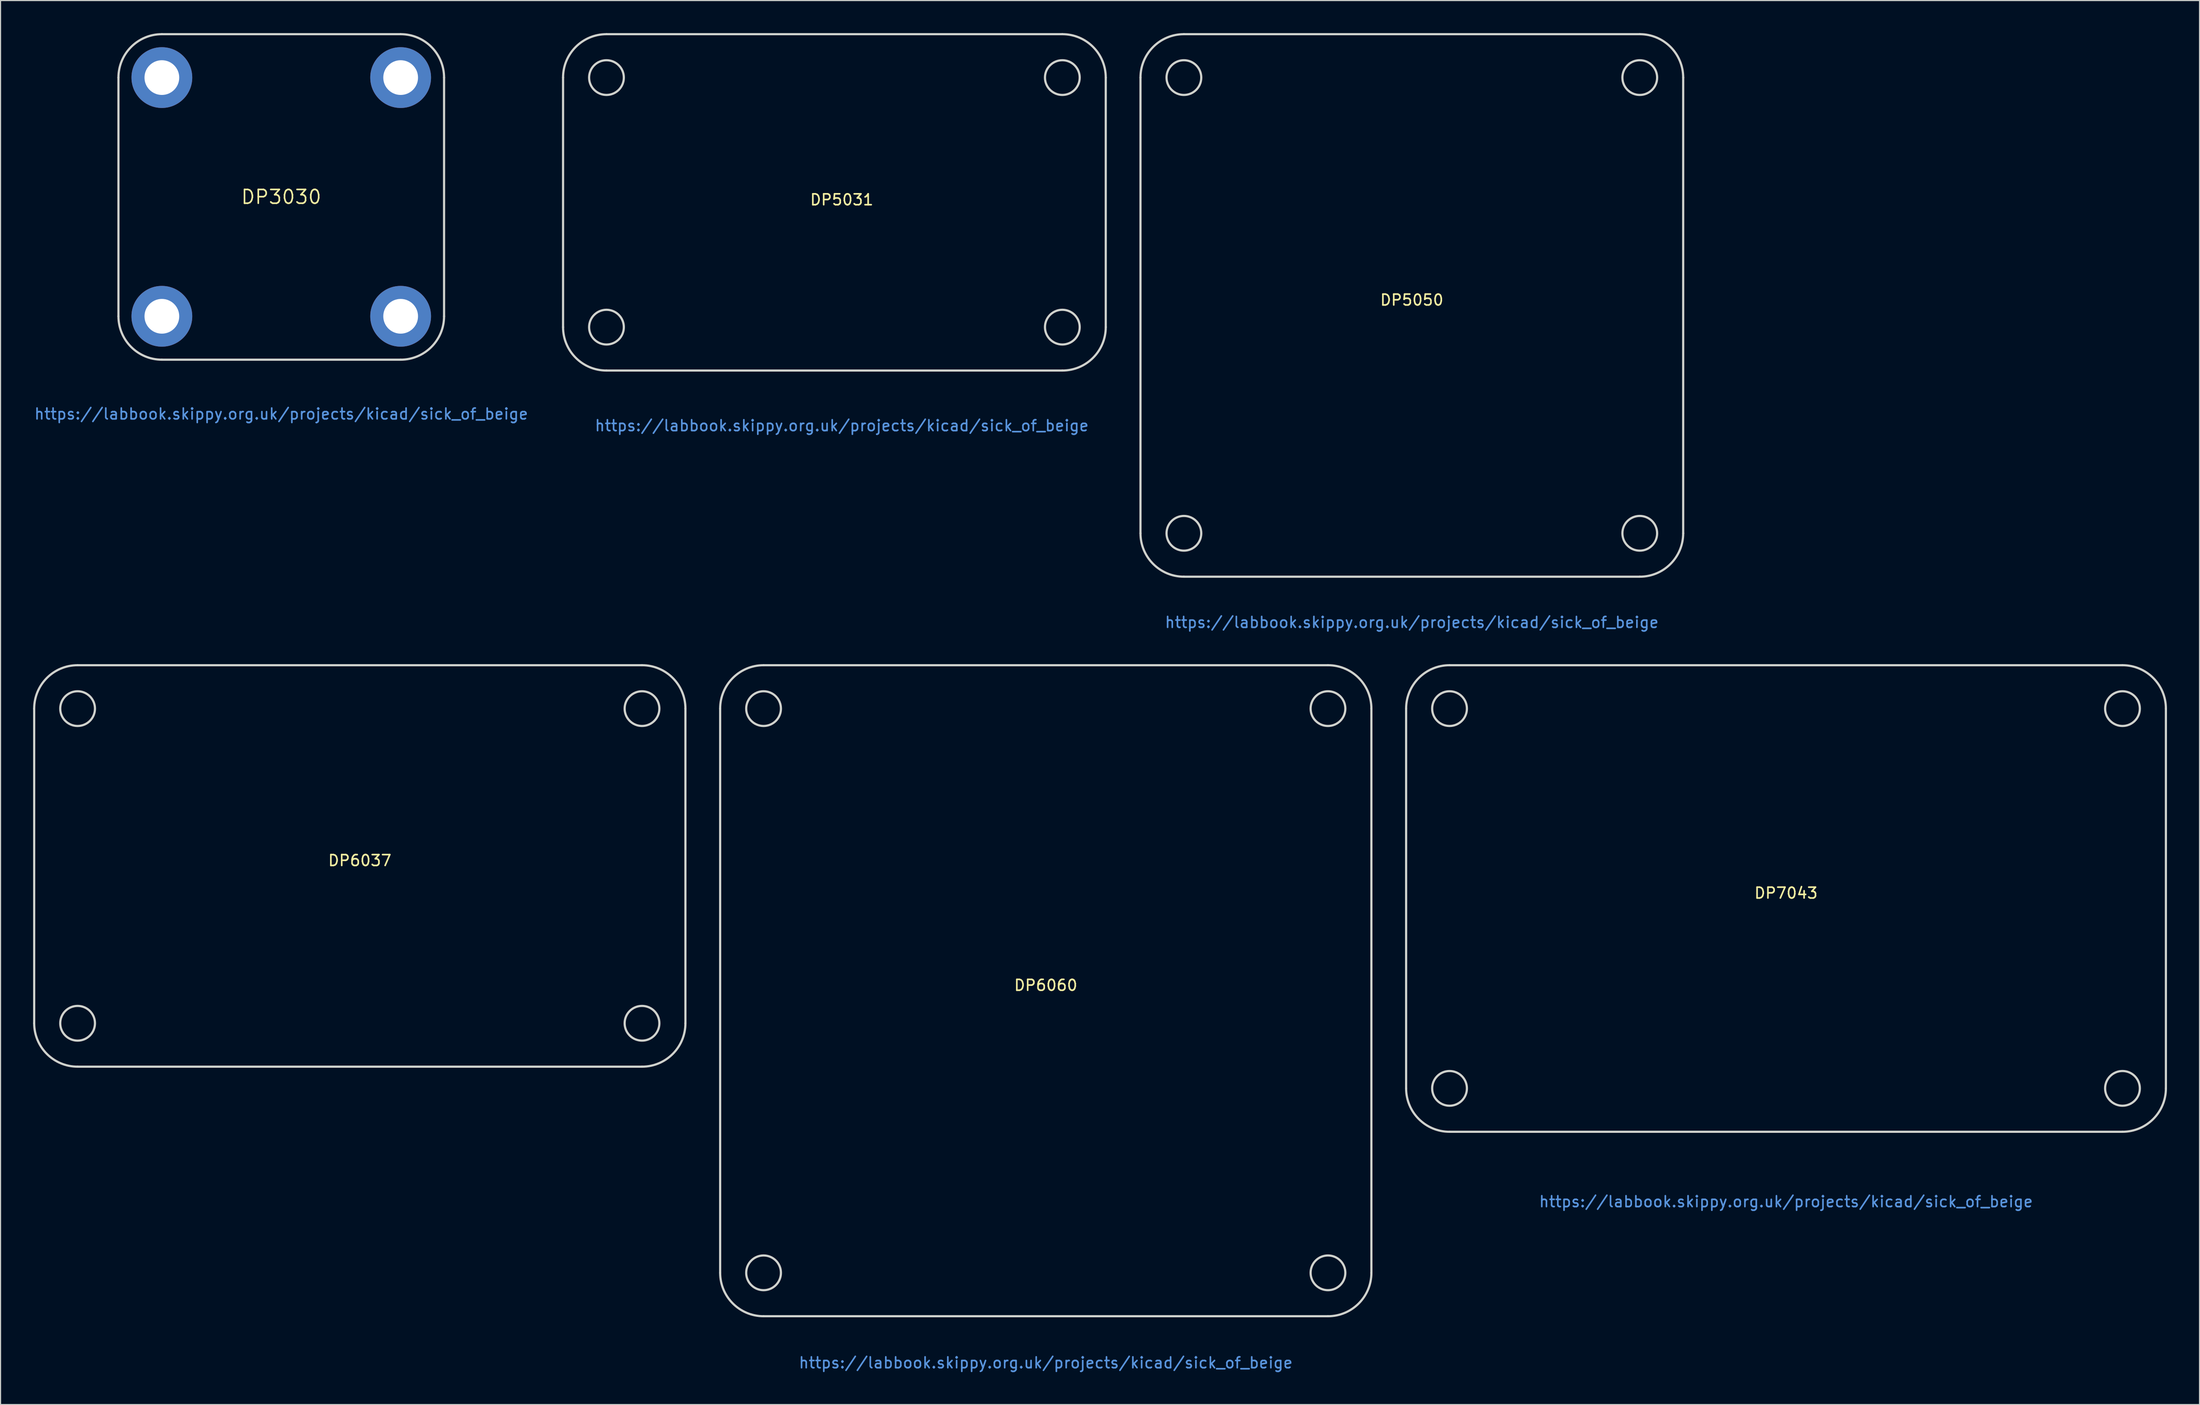
<source format=kicad_pcb>
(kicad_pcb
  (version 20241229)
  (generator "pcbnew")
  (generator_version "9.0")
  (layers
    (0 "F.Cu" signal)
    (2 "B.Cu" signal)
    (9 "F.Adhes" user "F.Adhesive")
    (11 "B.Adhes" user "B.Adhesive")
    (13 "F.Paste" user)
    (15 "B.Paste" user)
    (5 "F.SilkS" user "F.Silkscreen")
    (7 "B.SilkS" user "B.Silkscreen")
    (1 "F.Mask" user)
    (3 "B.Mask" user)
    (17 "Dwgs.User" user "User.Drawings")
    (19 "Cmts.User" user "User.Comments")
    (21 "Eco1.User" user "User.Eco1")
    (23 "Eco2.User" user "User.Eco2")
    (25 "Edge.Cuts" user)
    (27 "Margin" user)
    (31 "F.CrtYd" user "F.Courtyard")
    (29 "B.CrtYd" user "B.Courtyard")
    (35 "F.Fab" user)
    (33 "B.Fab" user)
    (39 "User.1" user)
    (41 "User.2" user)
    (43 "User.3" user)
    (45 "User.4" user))
  (footprint "DP3030"
    (layer "F.Cu")
    (at 22.863 15.1)
    (property "Reference" "DP3030" (at 0 0 0) (layer "F.SilkS") (effects (font (size 1.27 1.27) (thickness 0.15))))
    (fp_line (start -15 11) (end -15 -11) (stroke (width 0.2) (type solid)) (layer "Edge.Cuts"))
    (fp_line (start -11 -15) (end 11 -15) (stroke (width 0.2) (type solid)) (layer "Edge.Cuts"))
    (fp_line (start 11 15) (end -11 15) (stroke (width 0.2) (type solid)) (layer "Edge.Cuts"))
    (fp_line (start 15 -11) (end 15 11) (stroke (width 0.2) (type solid)) (layer "Edge.Cuts"))
    (fp_arc (start -15 -11) (mid -13.828427 -13.828427) (end -11 -15) (stroke (width 0.2) (type solid)) (layer "Edge.Cuts"))
    (fp_arc (start -11 15) (mid -13.828427 13.828427) (end -15 11) (stroke (width 0.2) (type solid)) (layer "Edge.Cuts"))
    (fp_arc (start 11 -15) (mid 13.828427 -13.828427) (end 15 -11) (stroke (width 0.2) (type solid)) (layer "Edge.Cuts"))
    (fp_arc (start 15 11) (mid 13.828427 13.828427) (end 11 15) (stroke (width 0.2) (type solid)) (layer "Edge.Cuts"))
    (fp_circle (center -11 -11) (end -11 -11) (stroke (width 0.05) (type solid)) (fill no) (layer "F.CrtYd"))
    (fp_circle (center -11 11) (end -11 11) (stroke (width 0.05) (type solid)) (fill no) (layer "F.CrtYd"))
    (fp_circle (center 11 -11) (end 11 -11) (stroke (width 0.05) (type solid)) (fill no) (layer "F.CrtYd"))
    (fp_circle (center 11 11) (end 11 11) (stroke (width 0.05) (type solid)) (fill no) (layer "F.CrtYd"))
    (fp_text user "https://labbook.skippy.org.uk/projects/kicad/sick_of_beige" (at 0 20 0) (unlocked yes) (layer "Cmts.User") (effects (font (size 1 1) (thickness 0.15))))
    (pad "1" thru_hole circle (at -11 -11) (size 3.6 3.6) (drill 3.2) (layers "*.Cu" "*.Mask"))
    (pad "1" connect circle (at -11 -11) (size 5.6 5.6) (layers "F.Cu" "F.Mask"))
    (pad "1" connect circle (at -11 -11) (size 5.6 5.6) (layers "B.Cu" "B.Mask"))
    (pad "1" thru_hole circle (at -11 11) (size 3.6 3.6) (drill 3.2) (layers "*.Cu" "*.Mask"))
    (pad "1" connect circle (at -11 11) (size 5.6 5.6) (layers "F.Cu" "F.Mask"))
    (pad "1" connect circle (at -11 11) (size 5.6 5.6) (layers "B.Cu" "B.Mask"))
    (pad "1" thru_hole circle (at 11 -11) (size 3.6 3.6) (drill 3.2) (layers "*.Cu" "*.Mask"))
    (pad "1" connect circle (at 11 -11) (size 5.6 5.6) (layers "F.Cu" "F.Mask"))
    (pad "1" connect circle (at 11 -11) (size 5.6 5.6) (layers "B.Cu" "B.Mask"))
    (pad "1" thru_hole circle (at 11 11) (size 3.6 3.6) (drill 3.2) (layers "*.Cu" "*.Mask"))
    (pad "1" connect circle (at 11 11) (size 5.6 5.6) (layers "F.Cu" "F.Mask"))
    (pad "1" connect circle (at 11 11) (size 5.6 5.6) (layers "B.Cu" "B.Mask")))
  (footprint "DP6060"
    (layer "F.Cu")
    (at 93.3 88.258)
    (property "Reference" "DP6060" (at 0 -0.5 0) (unlocked yes) (layer "F.SilkS") (effects (font (size 1 1) (thickness 0.15))))
    (fp_line (start -30 26) (end -30 -26) (stroke (width 0.2) (type solid)) (layer "Edge.Cuts"))
    (fp_line (start -26 -30) (end 26 -30) (stroke (width 0.2) (type solid)) (layer "Edge.Cuts"))
    (fp_line (start 26 30) (end -26 30) (stroke (width 0.2) (type solid)) (layer "Edge.Cuts"))
    (fp_line (start 30 -26) (end 30 26) (stroke (width 0.2) (type solid)) (layer "Edge.Cuts"))
    (fp_arc (start -30 -26) (mid -28.828427 -28.828427) (end -26 -30) (stroke (width 0.2) (type solid)) (layer "Edge.Cuts"))
    (fp_arc (start -26 30) (mid -28.828427 28.828427) (end -30 26) (stroke (width 0.2) (type solid)) (layer "Edge.Cuts"))
    (fp_arc (start 26 -30) (mid 28.828427 -28.828427) (end 30 -26) (stroke (width 0.2) (type solid)) (layer "Edge.Cuts"))
    (fp_arc (start 30 26) (mid 28.828427 28.828427) (end 26 30) (stroke (width 0.2) (type solid)) (layer "Edge.Cuts"))
    (fp_circle (center -26 -26) (end -24.4 -26) (stroke (width 0.2) (type solid)) (fill no) (layer "Edge.Cuts"))
    (fp_circle (center -26 26) (end -24.4 26) (stroke (width 0.2) (type solid)) (fill no) (layer "Edge.Cuts"))
    (fp_circle (center 26 -26) (end 27.6 -26) (stroke (width 0.2) (type solid)) (fill no) (layer "Edge.Cuts"))
    (fp_circle (center 26 26) (end 27.6 26) (stroke (width 0.2) (type solid)) (fill no) (layer "Edge.Cuts"))
    (fp_text user "https://labbook.skippy.org.uk/projects/kicad/sick_of_beige" (at 0 34.29 0) (unlocked yes) (layer "Cmts.User") (effects (font (size 1 1) (thickness 0.15)))))
  (footprint "DP5031"
    (layer "F.Cu")
    (at 74.506 15.86)
    (property "Reference" "DP5031" (at 0 -0.5 0) (unlocked yes) (layer "F.SilkS") (effects (font (size 1 1) (thickness 0.15))))
    (fp_line (start -25.68 11.24) (end -25.68 -11.76) (stroke (width 0.2) (type solid)) (layer "Edge.Cuts"))
    (fp_line (start -21.68 -15.76) (end 20.32 -15.76) (stroke (width 0.2) (type solid)) (layer "Edge.Cuts"))
    (fp_line (start 20.32 15.24) (end -21.68 15.24) (stroke (width 0.2) (type solid)) (layer "Edge.Cuts"))
    (fp_line (start 24.32 -11.76) (end 24.32 11.24) (stroke (width 0.2) (type solid)) (layer "Edge.Cuts"))
    (fp_arc (start -25.68 -11.76) (mid -24.508427 -14.588427) (end -21.68 -15.76) (stroke (width 0.2) (type solid)) (layer "Edge.Cuts"))
    (fp_arc (start -21.68 15.24) (mid -24.508427 14.068427) (end -25.68 11.24) (stroke (width 0.2) (type solid)) (layer "Edge.Cuts"))
    (fp_arc (start 20.32 -15.76) (mid 23.148427 -14.588427) (end 24.32 -11.76) (stroke (width 0.2) (type solid)) (layer "Edge.Cuts"))
    (fp_arc (start 24.32 11.24) (mid 23.148427 14.068427) (end 20.32 15.24) (stroke (width 0.2) (type solid)) (layer "Edge.Cuts"))
    (fp_circle (center -21.68 -11.76) (end -20.08 -11.76) (stroke (width 0.2) (type solid)) (fill no) (layer "Edge.Cuts"))
    (fp_circle (center -21.68 11.24) (end -20.08 11.24) (stroke (width 0.2) (type solid)) (fill no) (layer "Edge.Cuts"))
    (fp_circle (center 20.32 -11.76) (end 21.92 -11.76) (stroke (width 0.2) (type solid)) (fill no) (layer "Edge.Cuts"))
    (fp_circle (center 20.32 11.24) (end 21.92 11.24) (stroke (width 0.2) (type solid)) (fill no) (layer "Edge.Cuts"))
    (fp_text user "https://labbook.skippy.org.uk/projects/kicad/sick_of_beige" (at 0 20.32 0) (unlocked yes) (layer "Cmts.User") (effects (font (size 1 1) (thickness 0.15)))))
  (footprint "DP5050"
    (layer "F.Cu")
    (at 127.026 25.1)
    (property "Reference" "DP5050" (at 0 -0.5 0) (unlocked yes) (layer "F.SilkS") (effects (font (size 1 1) (thickness 0.15))))
    (fp_line (start -25 21) (end -25 -21) (stroke (width 0.2) (type solid)) (layer "Edge.Cuts"))
    (fp_line (start -21 -25) (end 21 -25) (stroke (width 0.2) (type solid)) (layer "Edge.Cuts"))
    (fp_line (start 21 25) (end -21 25) (stroke (width 0.2) (type solid)) (layer "Edge.Cuts"))
    (fp_line (start 25 -21) (end 25 21) (stroke (width 0.2) (type solid)) (layer "Edge.Cuts"))
    (fp_arc (start -25 -21) (mid -23.828427 -23.828427) (end -21 -25) (stroke (width 0.2) (type solid)) (layer "Edge.Cuts"))
    (fp_arc (start -21 25) (mid -23.828427 23.828427) (end -25 21) (stroke (width 0.2) (type solid)) (layer "Edge.Cuts"))
    (fp_arc (start 21 -25) (mid 23.828427 -23.828427) (end 25 -21) (stroke (width 0.2) (type solid)) (layer "Edge.Cuts"))
    (fp_arc (start 25 21) (mid 23.828427 23.828427) (end 21 25) (stroke (width 0.2) (type solid)) (layer "Edge.Cuts"))
    (fp_circle (center -21 -21) (end -19.4 -21) (stroke (width 0.2) (type solid)) (fill no) (layer "Edge.Cuts"))
    (fp_circle (center -21 21) (end -19.4 21) (stroke (width 0.2) (type solid)) (fill no) (layer "Edge.Cuts"))
    (fp_circle (center 21 -21) (end 22.6 -21) (stroke (width 0.2) (type solid)) (fill no) (layer "Edge.Cuts"))
    (fp_circle (center 21 21) (end 22.6 21) (stroke (width 0.2) (type solid)) (fill no) (layer "Edge.Cuts"))
    (fp_text user "https://labbook.skippy.org.uk/projects/kicad/sick_of_beige" (at 0 29.21 0) (unlocked yes) (layer "Cmts.User") (effects (font (size 1 1) (thickness 0.15)))))
  (footprint "DP7043"
    (layer "F.Cu")
    (at 161.5 79.758)
    (property "Reference" "DP7043" (at 0 -0.5 0) (unlocked yes) (layer "F.SilkS") (effects (font (size 1 1) (thickness 0.15))))
    (fp_line (start -35 17.5) (end -35 -17.5) (stroke (width 0.2) (type solid)) (layer "Edge.Cuts"))
    (fp_line (start -31 -21.5) (end 31 -21.5) (stroke (width 0.2) (type solid)) (layer "Edge.Cuts"))
    (fp_line (start 31 21.5) (end -31 21.5) (stroke (width 0.2) (type solid)) (layer "Edge.Cuts"))
    (fp_line (start 35 -17.5) (end 35 17.5) (stroke (width 0.2) (type solid)) (layer "Edge.Cuts"))
    (fp_arc (start -35 -17.5) (mid -33.828427 -20.328427) (end -31 -21.5) (stroke (width 0.2) (type solid)) (layer "Edge.Cuts"))
    (fp_arc (start -31 21.5) (mid -33.828427 20.328427) (end -35 17.5) (stroke (width 0.2) (type solid)) (layer "Edge.Cuts"))
    (fp_arc (start 31 -21.5) (mid 33.828427 -20.328427) (end 35 -17.5) (stroke (width 0.2) (type solid)) (layer "Edge.Cuts"))
    (fp_arc (start 35 17.5) (mid 33.828427 20.328427) (end 31 21.5) (stroke (width 0.2) (type solid)) (layer "Edge.Cuts"))
    (fp_circle (center -31 -17.5) (end -29.4 -17.5) (stroke (width 0.2) (type solid)) (fill no) (layer "Edge.Cuts"))
    (fp_circle (center -31 17.5) (end -29.4 17.5) (stroke (width 0.2) (type solid)) (fill no) (layer "Edge.Cuts"))
    (fp_circle (center 31 -17.5) (end 32.6 -17.5) (stroke (width 0.2) (type solid)) (fill no) (layer "Edge.Cuts"))
    (fp_circle (center 31 17.5) (end 32.6 17.5) (stroke (width 0.2) (type solid)) (fill no) (layer "Edge.Cuts"))
    (fp_text user "https://labbook.skippy.org.uk/projects/kicad/sick_of_beige" (at 0 27.94 0) (unlocked yes) (layer "Cmts.User") (effects (font (size 1 1) (thickness 0.15)))))
  (footprint "DP6037"
    (layer "F.Cu")
    (at 30.1 76.758)
    (property "Reference" "DP6037" (at 0 -0.5 0) (unlocked yes) (layer "F.SilkS") (effects (font (size 1 1) (thickness 0.15))))
    (fp_line (start -30 14.5) (end -30 -14.5) (stroke (width 0.2) (type solid)) (layer "Edge.Cuts"))
    (fp_line (start -26 -18.5) (end 26 -18.5) (stroke (width 0.2) (type solid)) (layer "Edge.Cuts"))
    (fp_line (start 26 18.5) (end -26 18.5) (stroke (width 0.2) (type solid)) (layer "Edge.Cuts"))
    (fp_line (start 30 -14.5) (end 30 14.5) (stroke (width 0.2) (type solid)) (layer "Edge.Cuts"))
    (fp_arc (start -30 -14.5) (mid -28.828427 -17.328427) (end -26 -18.5) (stroke (width 0.2) (type solid)) (layer "Edge.Cuts"))
    (fp_arc (start -26 18.5) (mid -28.828427 17.328427) (end -30 14.5) (stroke (width 0.2) (type solid)) (layer "Edge.Cuts"))
    (fp_arc (start 26 -18.5) (mid 28.828427 -17.328427) (end 30 -14.5) (stroke (width 0.2) (type solid)) (layer "Edge.Cuts"))
    (fp_arc (start 30 14.5) (mid 28.828427 17.328427) (end 26 18.5) (stroke (width 0.2) (type solid)) (layer "Edge.Cuts"))
    (fp_circle (center -26 -14.5) (end -24.4 -14.5) (stroke (width 0.2) (type solid)) (fill no) (layer "Edge.Cuts"))
    (fp_circle (center -26 14.5) (end -24.4 14.5) (stroke (width 0.2) (type solid)) (fill no) (layer "Edge.Cuts"))
    (fp_circle (center 26 -14.5) (end 27.6 -14.5) (stroke (width 0.2) (type solid)) (fill no) (layer "Edge.Cuts"))
    (fp_circle (center 26 14.5) (end 27.6 14.5) (stroke (width 0.2) (type solid)) (fill no) (layer "Edge.Cuts")))
  (gr_rect
    (start -3 -3)
    (end 199.6 126.397)
    (stroke (width 0.1) (type default))
    (fill no)
    (layer "Edge.Cuts")))
</source>
